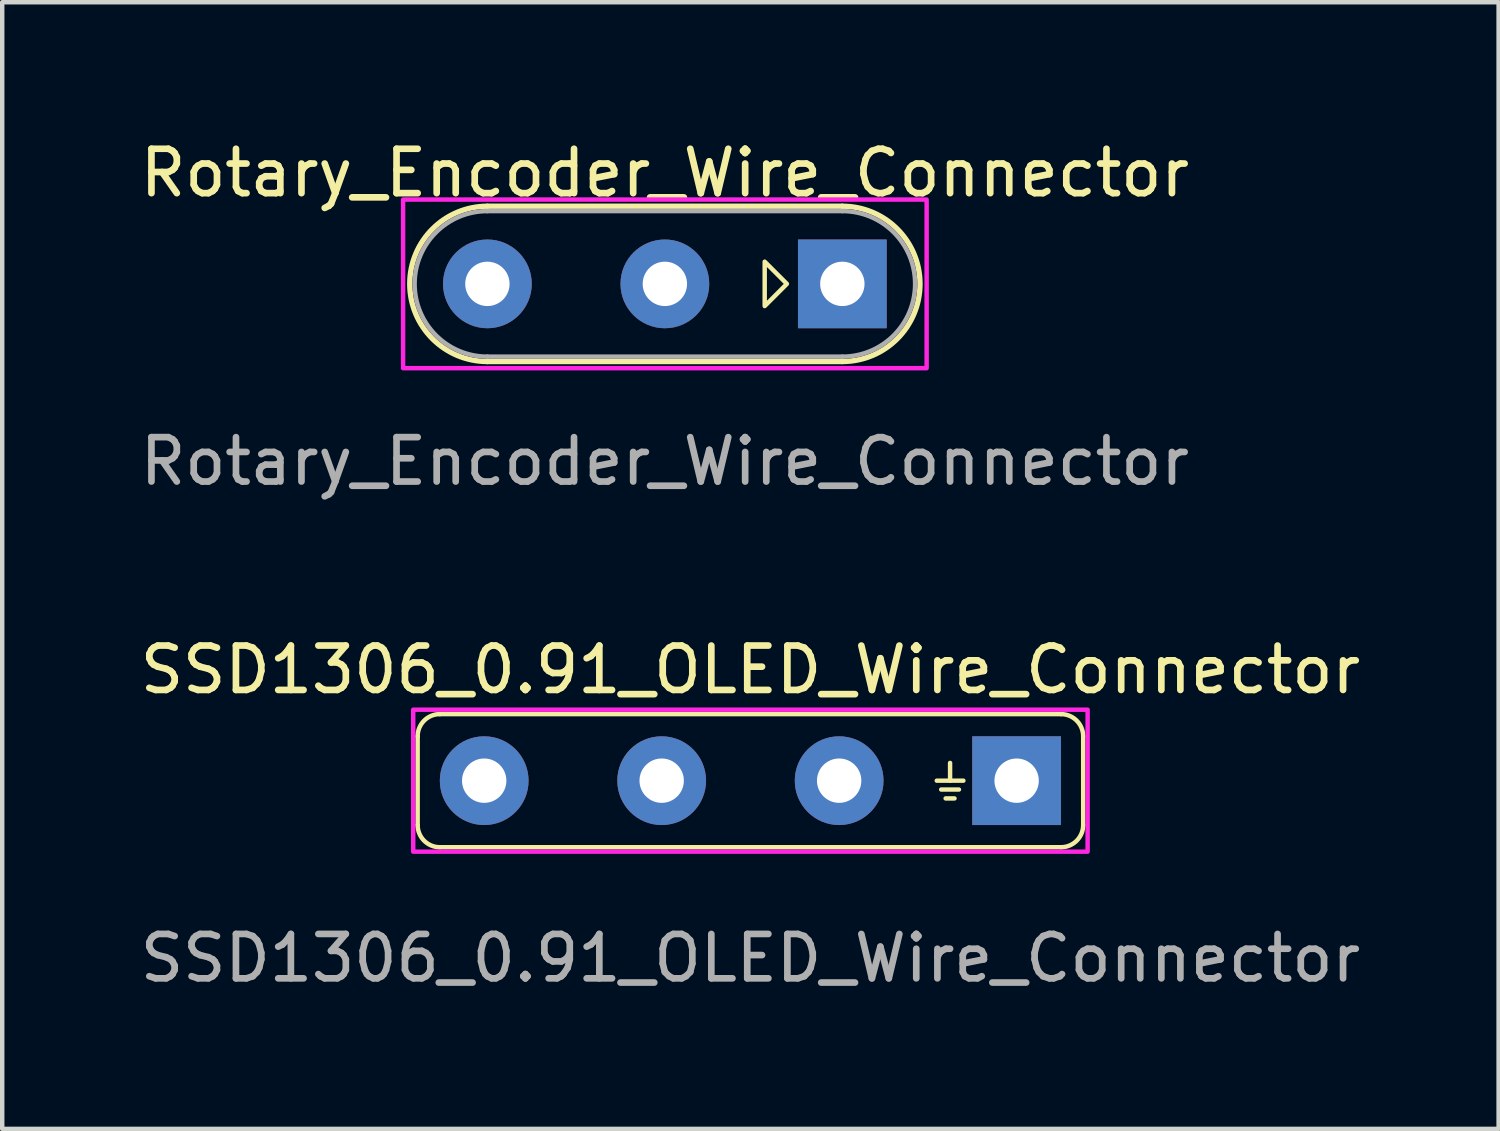
<source format=kicad_pcb>
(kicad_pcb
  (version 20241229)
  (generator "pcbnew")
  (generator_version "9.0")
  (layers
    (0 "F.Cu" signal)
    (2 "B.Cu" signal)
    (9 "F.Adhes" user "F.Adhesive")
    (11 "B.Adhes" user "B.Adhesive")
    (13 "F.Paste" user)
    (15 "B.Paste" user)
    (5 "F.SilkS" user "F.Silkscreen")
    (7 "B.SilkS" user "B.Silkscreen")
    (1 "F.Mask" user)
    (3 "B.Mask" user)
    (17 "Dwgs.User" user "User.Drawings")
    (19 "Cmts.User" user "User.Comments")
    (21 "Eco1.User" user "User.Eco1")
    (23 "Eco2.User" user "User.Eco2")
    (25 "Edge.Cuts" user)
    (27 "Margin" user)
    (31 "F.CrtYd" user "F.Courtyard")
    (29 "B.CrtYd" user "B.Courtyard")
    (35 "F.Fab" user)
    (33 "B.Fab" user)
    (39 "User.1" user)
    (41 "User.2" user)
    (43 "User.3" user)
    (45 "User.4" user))
  (footprint "SSD1306_0.91_OLED_Wire_Connector"
    (layer "F.Cu")
    (at 7.863 14.545)
    (property "Reference" "SSD1306_0.91_OLED_Wire_Connector" (at 6 -2.5 0) (unlocked yes) (layer "F.SilkS") (effects (font (size 1 1) (thickness 0.15))))
    (attr smd)
    (fp_line (start -1.5 -1) (end -1.5 1) (stroke (width 0.1) (type default)) (layer "F.SilkS"))
    (fp_line (start -1 -1.5) (end 13 -1.5) (stroke (width 0.1) (type solid)) (layer "F.SilkS"))
    (fp_line (start 10.2 0) (end 10.8 0) (stroke (width 0.1) (type default)) (layer "F.SilkS"))
    (fp_line (start 10.3 0.2) (end 10.7 0.2) (stroke (width 0.1) (type default)) (layer "F.SilkS"))
    (fp_line (start 10.4 0.4) (end 10.6 0.4) (stroke (width 0.1) (type default)) (layer "F.SilkS"))
    (fp_line (start 10.5 -0.4) (end 10.5 0) (stroke (width 0.1) (type default)) (layer "F.SilkS"))
    (fp_line (start 13 1.5) (end -1 1.5) (stroke (width 0.1) (type solid)) (layer "F.SilkS"))
    (fp_line (start 13.5 -1) (end 13.5 1) (stroke (width 0.1) (type default)) (layer "F.SilkS"))
    (fp_arc (start -1.5 -1) (mid -1.353553 -1.353553) (end -1 -1.5) (stroke (width 0.1) (type default)) (layer "F.SilkS"))
    (fp_arc (start -1 1.5) (mid -1.353553 1.353553) (end -1.5 1) (stroke (width 0.1) (type default)) (layer "F.SilkS"))
    (fp_arc (start 13 -1.5) (mid 13.353553 -1.353553) (end 13.5 -1) (stroke (width 0.1) (type default)) (layer "F.SilkS"))
    (fp_arc (start 13.5 1) (mid 13.353553 1.353553) (end 13 1.5) (stroke (width 0.1) (type default)) (layer "F.SilkS"))
    (fp_rect (start -1.6 -1.6) (end 13.6 1.6) (stroke (width 0.1) (type solid)) (fill no) (layer "F.CrtYd"))
    (fp_text user "${REFERENCE}" (at 6 4 0) (unlocked yes) (layer "F.Fab") (effects (font (size 1 1) (thickness 0.15))))
    (pad "1" thru_hole rect (at 12 0 180) (size 2 2) (drill 1) (layers "*.Cu" "*.Mask"))
    (pad "2" thru_hole circle (at 8 0 180) (size 2 2) (drill 1) (layers "*.Cu" "*.Mask"))
    (pad "3" thru_hole circle (at 4 0 180) (size 2 2) (drill 1) (layers "*.Cu" "*.Mask"))
    (pad "4" thru_hole circle (at 0 0 180) (size 2 2) (drill 1) (layers "*.Cu" "*.Mask")))
  (footprint "Rotary_Encoder_Wire_Connector"
    (layer "F.Cu")
    (at 7.935 3.348)
    (property "Reference" "Rotary_Encoder_Wire_Connector" (at 4 -2.5 0) (unlocked yes) (layer "F.SilkS") (effects (font (size 1 1) (thickness 0.15))))
    (attr smd)
    (fp_line (start 0 -1.75) (end 8 -1.75) (stroke (width 0.12) (type solid)) (layer "F.SilkS"))
    (fp_line (start 8 1.75) (end 0 1.75) (stroke (width 0.12) (type solid)) (layer "F.SilkS"))
    (fp_arc (start 0 1.75) (mid -1.75 0) (end 0 -1.75) (stroke (width 0.12) (type solid)) (layer "F.SilkS"))
    (fp_arc (start 8 -1.75) (mid 9.75 0) (end 8 1.75) (stroke (width 0.12) (type solid)) (layer "F.SilkS"))
    (fp_poly (pts (xy 6.75 0) (xy 6.25 -0.5) (xy 6.25 0.5)) (stroke (width 0.1) (type solid)) (fill no) (layer "F.SilkS"))
    (fp_rect (start -1.9 -1.9) (end 9.9 1.9) (stroke (width 0.1) (type solid)) (fill no) (layer "F.CrtYd"))
    (fp_line (start 0 -1.64) (end 8 -1.64) (stroke (width 0.1) (type solid)) (layer "F.Fab"))
    (fp_line (start 0 1.64) (end 8 1.64) (stroke (width 0.1) (type solid)) (layer "F.Fab"))
    (fp_arc (start 0 1.64) (mid -1.64 0) (end 0 -1.64) (stroke (width 0.1) (type solid)) (layer "F.Fab"))
    (fp_arc (start 8 -1.64) (mid 9.64 0) (end 8 1.64) (stroke (width 0.1) (type solid)) (layer "F.Fab"))
    (fp_text user "${REFERENCE}" (at 4 4 0) (unlocked yes) (layer "F.Fab") (effects (font (size 1 1) (thickness 0.15))))
    (pad "A" thru_hole rect (at 8 0 180) (size 2 2) (drill 1) (layers "*.Cu" "*.Mask"))
    (pad "B" thru_hole circle (at 0 0 180) (size 2 2) (drill 1) (layers "*.Cu" "*.Mask"))
    (pad "C" thru_hole circle (at 4 0 180) (size 2 2) (drill 1) (layers "*.Cu" "*.Mask")))
  (gr_rect
    (start -3 -3)
    (end 30.726 22.393)
    (stroke (width 0.1) (type default))
    (fill no)
    (layer "Edge.Cuts")))
</source>
